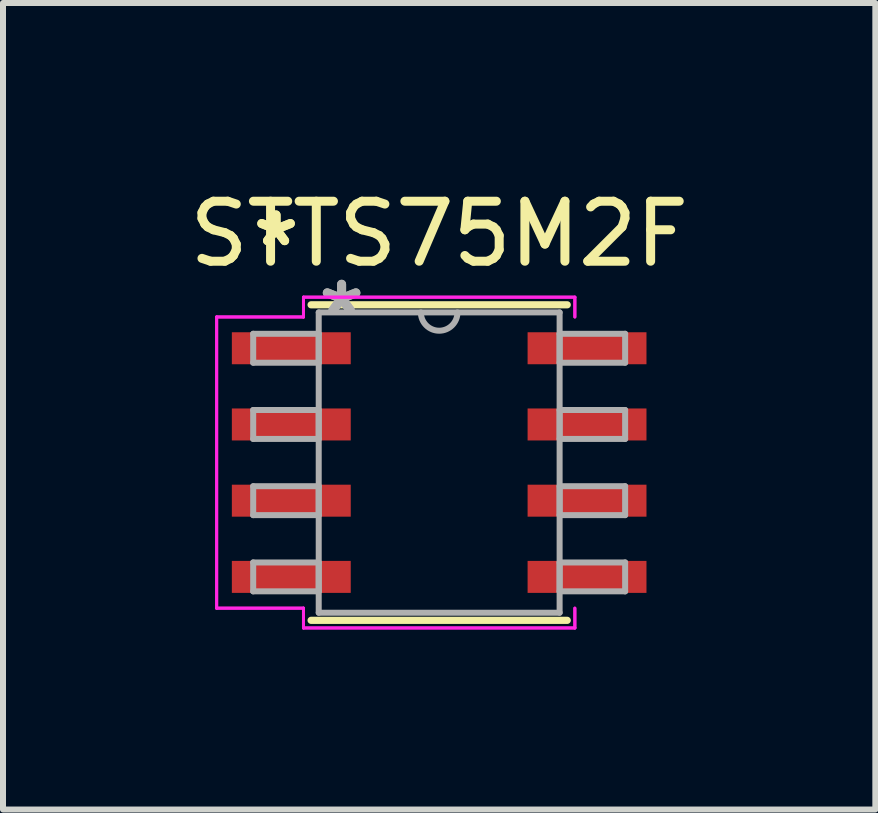
<source format=kicad_pcb>
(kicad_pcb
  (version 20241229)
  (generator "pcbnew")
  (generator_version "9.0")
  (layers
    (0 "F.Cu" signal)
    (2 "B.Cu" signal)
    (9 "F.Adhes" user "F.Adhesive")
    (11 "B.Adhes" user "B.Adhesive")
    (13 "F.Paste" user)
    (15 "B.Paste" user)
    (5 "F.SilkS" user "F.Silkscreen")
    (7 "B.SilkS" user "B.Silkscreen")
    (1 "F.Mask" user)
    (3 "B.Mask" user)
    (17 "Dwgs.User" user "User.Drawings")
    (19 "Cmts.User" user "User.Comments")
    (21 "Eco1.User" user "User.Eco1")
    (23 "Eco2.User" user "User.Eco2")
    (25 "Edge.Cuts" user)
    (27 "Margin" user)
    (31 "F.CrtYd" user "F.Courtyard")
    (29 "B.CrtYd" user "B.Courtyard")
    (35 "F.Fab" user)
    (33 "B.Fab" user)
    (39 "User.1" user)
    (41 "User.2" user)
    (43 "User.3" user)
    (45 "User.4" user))
  (footprint "STTS75M2F"
    (layer "F.Cu")
    (at 4.268 4.658)
    (property "Reference" "STTS75M2F" (at 0 -3.81 0) (layer "F.SilkS") (effects (font (size 1 1) (thickness 0.15))))
    (attr through_hole)
    (fp_line (start -2.134 2.629) (end 2.134 2.629) (stroke (width 0.12) (type solid)) (layer "F.SilkS"))
    (fp_line (start 2.134 -2.629) (end -2.134 -2.629) (stroke (width 0.12) (type solid)) (layer "F.SilkS"))
    (fp_line (start -3.708 -2.426) (end -2.261 -2.426) (stroke (width 0.05) (type solid)) (layer "F.CrtYd"))
    (fp_line (start -3.708 -2.426) (end -2.261 -2.426) (stroke (width 0.05) (type solid)) (layer "F.CrtYd"))
    (fp_line (start -3.708 2.426) (end -3.708 -2.426) (stroke (width 0.05) (type solid)) (layer "F.CrtYd"))
    (fp_line (start -3.708 2.426) (end -3.708 -2.426) (stroke (width 0.05) (type solid)) (layer "F.CrtYd"))
    (fp_line (start -3.708 2.426) (end -2.261 2.426) (stroke (width 0.05) (type solid)) (layer "F.CrtYd"))
    (fp_line (start -2.261 -2.756) (end 2.261 -2.756) (stroke (width 0.05) (type solid)) (layer "F.CrtYd"))
    (fp_line (start -2.261 -2.756) (end 2.261 -2.756) (stroke (width 0.05) (type solid)) (layer "F.CrtYd"))
    (fp_line (start -2.261 -2.426) (end -2.261 -2.756) (stroke (width 0.05) (type solid)) (layer "F.CrtYd"))
    (fp_line (start -2.261 -2.426) (end -2.261 -2.756) (stroke (width 0.05) (type solid)) (layer "F.CrtYd"))
    (fp_line (start -2.261 2.426) (end -3.708 2.426) (stroke (width 0.05) (type solid)) (layer "F.CrtYd"))
    (fp_line (start -2.261 2.756) (end -2.261 2.426) (stroke (width 0.05) (type solid)) (layer "F.CrtYd"))
    (fp_line (start -2.261 2.756) (end -2.261 2.426) (stroke (width 0.05) (type solid)) (layer "F.CrtYd"))
    (fp_line (start 2.261 -2.756) (end 2.261 -2.426) (stroke (width 0.05) (type solid)) (layer "F.CrtYd"))
    (fp_line (start 2.261 -2.756) (end 2.261 -2.426) (stroke (width 0.05) (type solid)) (layer "F.CrtYd"))
    (fp_line (start 2.261 2.426) (end 2.261 2.756) (stroke (width 0.05) (type solid)) (layer "F.CrtYd"))
    (fp_line (start 2.261 2.426) (end 2.261 2.756) (stroke (width 0.05) (type solid)) (layer "F.CrtYd"))
    (fp_line (start 2.261 2.756) (end -2.261 2.756) (stroke (width 0.05) (type solid)) (layer "F.CrtYd"))
    (fp_line (start 2.261 2.756) (end -2.261 2.756) (stroke (width 0.05) (type solid)) (layer "F.CrtYd"))
    (fp_line (start -3.099 -2.146) (end -3.099 -1.664) (stroke (width 0.1) (type solid)) (layer "F.Fab"))
    (fp_line (start -3.099 -1.664) (end -2.007 -1.664) (stroke (width 0.1) (type solid)) (layer "F.Fab"))
    (fp_line (start -3.099 -0.876) (end -3.099 -0.394) (stroke (width 0.1) (type solid)) (layer "F.Fab"))
    (fp_line (start -3.099 -0.394) (end -2.007 -0.394) (stroke (width 0.1) (type solid)) (layer "F.Fab"))
    (fp_line (start -3.099 0.394) (end -3.099 0.876) (stroke (width 0.1) (type solid)) (layer "F.Fab"))
    (fp_line (start -3.099 0.876) (end -2.007 0.876) (stroke (width 0.1) (type solid)) (layer "F.Fab"))
    (fp_line (start -3.099 1.664) (end -3.099 2.146) (stroke (width 0.1) (type solid)) (layer "F.Fab"))
    (fp_line (start -3.099 2.146) (end -2.007 2.146) (stroke (width 0.1) (type solid)) (layer "F.Fab"))
    (fp_line (start -2.007 -2.502) (end -2.007 2.502) (stroke (width 0.1) (type solid)) (layer "F.Fab"))
    (fp_line (start -2.007 -2.146) (end -3.099 -2.146) (stroke (width 0.1) (type solid)) (layer "F.Fab"))
    (fp_line (start -2.007 -1.664) (end -2.007 -2.146) (stroke (width 0.1) (type solid)) (layer "F.Fab"))
    (fp_line (start -2.007 -0.876) (end -3.099 -0.876) (stroke (width 0.1) (type solid)) (layer "F.Fab"))
    (fp_line (start -2.007 -0.394) (end -2.007 -0.876) (stroke (width 0.1) (type solid)) (layer "F.Fab"))
    (fp_line (start -2.007 0.394) (end -3.099 0.394) (stroke (width 0.1) (type solid)) (layer "F.Fab"))
    (fp_line (start -2.007 0.876) (end -2.007 0.394) (stroke (width 0.1) (type solid)) (layer "F.Fab"))
    (fp_line (start -2.007 1.664) (end -3.099 1.664) (stroke (width 0.1) (type solid)) (layer "F.Fab"))
    (fp_line (start -2.007 2.146) (end -2.007 1.664) (stroke (width 0.1) (type solid)) (layer "F.Fab"))
    (fp_line (start -2.007 2.502) (end 2.007 2.502) (stroke (width 0.1) (type solid)) (layer "F.Fab"))
    (fp_line (start 2.007 -2.502) (end -2.007 -2.502) (stroke (width 0.1) (type solid)) (layer "F.Fab"))
    (fp_line (start 2.007 -2.146) (end 2.007 -1.664) (stroke (width 0.1) (type solid)) (layer "F.Fab"))
    (fp_line (start 2.007 -1.664) (end 3.099 -1.664) (stroke (width 0.1) (type solid)) (layer "F.Fab"))
    (fp_line (start 2.007 -0.876) (end 2.007 -0.394) (stroke (width 0.1) (type solid)) (layer "F.Fab"))
    (fp_line (start 2.007 -0.394) (end 3.099 -0.394) (stroke (width 0.1) (type solid)) (layer "F.Fab"))
    (fp_line (start 2.007 0.394) (end 2.007 0.876) (stroke (width 0.1) (type solid)) (layer "F.Fab"))
    (fp_line (start 2.007 0.876) (end 3.099 0.876) (stroke (width 0.1) (type solid)) (layer "F.Fab"))
    (fp_line (start 2.007 1.664) (end 2.007 2.146) (stroke (width 0.1) (type solid)) (layer "F.Fab"))
    (fp_line (start 2.007 2.146) (end 3.099 2.146) (stroke (width 0.1) (type solid)) (layer "F.Fab"))
    (fp_line (start 2.007 2.502) (end 2.007 -2.502) (stroke (width 0.1) (type solid)) (layer "F.Fab"))
    (fp_line (start 3.099 -2.146) (end 2.007 -2.146) (stroke (width 0.1) (type solid)) (layer "F.Fab"))
    (fp_line (start 3.099 -1.664) (end 3.099 -2.146) (stroke (width 0.1) (type solid)) (layer "F.Fab"))
    (fp_line (start 3.099 -0.876) (end 2.007 -0.876) (stroke (width 0.1) (type solid)) (layer "F.Fab"))
    (fp_line (start 3.099 -0.394) (end 3.099 -0.876) (stroke (width 0.1) (type solid)) (layer "F.Fab"))
    (fp_line (start 3.099 0.394) (end 2.007 0.394) (stroke (width 0.1) (type solid)) (layer "F.Fab"))
    (fp_line (start 3.099 0.876) (end 3.099 0.394) (stroke (width 0.1) (type solid)) (layer "F.Fab"))
    (fp_line (start 3.099 1.664) (end 2.007 1.664) (stroke (width 0.1) (type solid)) (layer "F.Fab"))
    (fp_line (start 3.099 2.146) (end 3.099 1.664) (stroke (width 0.1) (type solid)) (layer "F.Fab"))
    (fp_arc (start 0.3048 -2.5019) (mid 0 -2.1971) (end -0.3048 -2.5019) (stroke (width 0.1) (type solid)) (layer "F.Fab"))
    (fp_text user "*" (at -2.718 -3.581 0) (layer "F.SilkS") (effects (font (size 1 1) (thickness 0.15))))
    (fp_text user "*" (at -2.718 -3.581 0) (layer "F.SilkS") (effects (font (size 1 1) (thickness 0.15))))
    (fp_text user "*" (at -1.626 -2.426 0) (layer "F.Fab") (effects (font (size 1 1) (thickness 0.15))))
    (fp_text user "*" (at -1.626 -2.426 0) (layer "F.Fab") (effects (font (size 1 1) (thickness 0.15))))
    (pad "1" smd rect (at -2.464 -1.905) (size 1.981 0.533) (layers "F.Cu" "F.Mask" "F.Paste"))
    (pad "2" smd rect (at -2.464 -0.635) (size 1.981 0.533) (layers "F.Cu" "F.Mask" "F.Paste"))
    (pad "3" smd rect (at -2.464 0.635) (size 1.981 0.533) (layers "F.Cu" "F.Mask" "F.Paste"))
    (pad "4" smd rect (at -2.464 1.905) (size 1.981 0.533) (layers "F.Cu" "F.Mask" "F.Paste"))
    (pad "5" smd rect (at 2.464 1.905) (size 1.981 0.533) (layers "F.Cu" "F.Mask" "F.Paste"))
    (pad "6" smd rect (at 2.464 0.635) (size 1.981 0.533) (layers "F.Cu" "F.Mask" "F.Paste"))
    (pad "7" smd rect (at 2.464 -0.635) (size 1.981 0.533) (layers "F.Cu" "F.Mask" "F.Paste"))
    (pad "8" smd rect (at 2.464 -1.905) (size 1.981 0.533) (layers "F.Cu" "F.Mask" "F.Paste")))
  (gr_rect
    (start -3 -3)
    (end 11.536 10.439)
    (stroke (width 0.1) (type default))
    (fill no)
    (layer "Edge.Cuts")))
</source>
